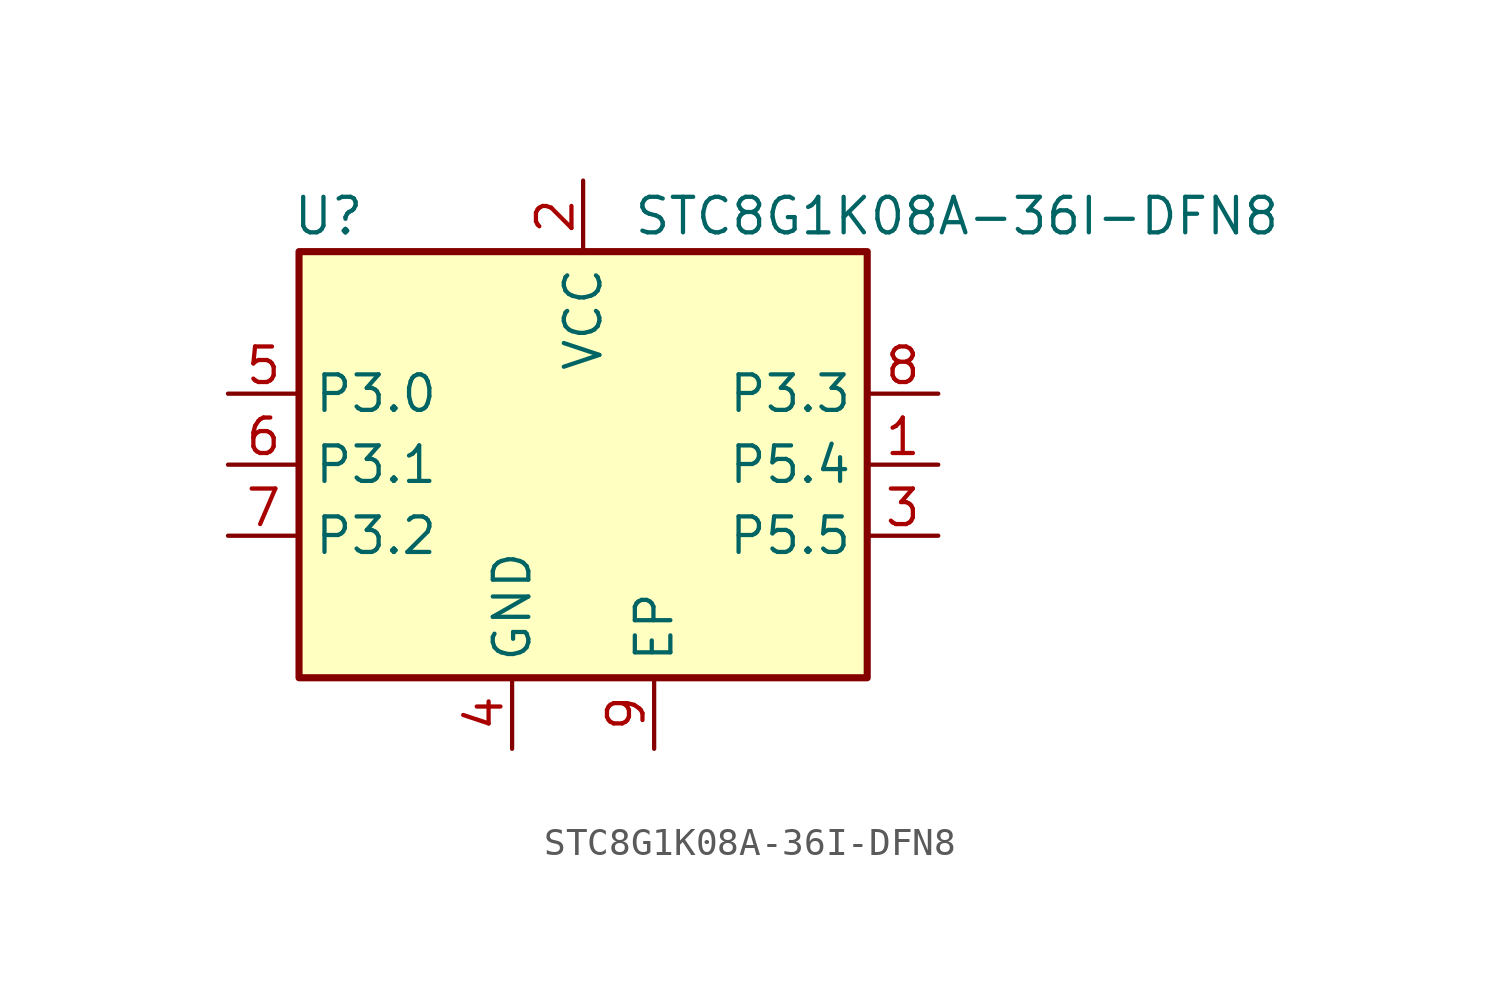
<source format=kicad_sym>
(kicad_symbol_lib
  (version 20231120)
  (generator "kicad_symbol_editor")
  (generator_version "8.0")
  (symbol "STC8G1K08A-36I-DFN8"
    (property "Reference" "U"
      (at -10.414 8.89 0)
      (effects (font (size 1.27 1.27)) (justify left)))
    (property "Value" "STC8G1K08A-36I-DFN8"
      (at 1.778 8.89 0)
      (effects (font (size 1.27 1.27)) (justify left)))
    (symbol "STC8G1K08A-36I-DFN8_0_1"
      (rectangle (start -10.16 7.62) (end 10.16 -7.62) (stroke (width 0.254) (type default)) (fill (type background))))
    (symbol "STC8G1K08A-36I-DFN8_1_0"
      (pin power_in line (at 2.54 -10.16 90) (length 2.54) (name "EP" (effects (font (size 1.27 1.27)))) (number "9" (effects (font (size 1.27 1.27))))))
    (symbol "STC8G1K08A-36I-DFN8_1_1"
      (pin bidirectional line (at 12.7 0 180) (length 2.54) (name "P5.4" (effects (font (size 1.27 1.27)))) (number "1" (effects (font (size 1.27 1.27)))) (alternate "CCP2" bidirectional line) (alternate "CCP2_{2}" bidirectional line) (alternate "MCLKO" output line) (alternate "MOSI" output line) (alternate "RST" input line) (alternate "RxD" input line) (alternate "SCL_{2}" bidirectional line))
      (pin power_in line (at 0 10.16 270) (length 2.54) (name "VCC" (effects (font (size 1.27 1.27)))) (number "2" (effects (font (size 1.27 1.27)))))
      (pin bidirectional line (at 12.7 -2.54 180) (length 2.54) (name "P5.5" (effects (font (size 1.27 1.27)))) (number "3" (effects (font (size 1.27 1.27)))) (alternate "ADC5" input line) (alternate "CCP2_{3}" bidirectional line) (alternate "ECI" input line) (alternate "ECI_{2}" input line) (alternate "INT3" input line) (alternate "SDA_{2}" bidirectional line) (alternate "SS" bidirectional line) (alternate "T0CLKO" output line) (alternate "T1" bidirectional line) (alternate "TxD_{3}" output line))
      (pin power_in line (at -2.54 -10.16 90) (length 2.54) (name "GND" (effects (font (size 1.27 1.27)))) (number "4" (effects (font (size 1.27 1.27)))))
      (pin bidirectional line (at -12.7 2.54 0) (length 2.54) (name "P3.0" (effects (font (size 1.27 1.27)))) (number "5" (effects (font (size 1.27 1.27)))) (alternate "ADC0" input line) (alternate "INT4" input line) (alternate "RxD" input line))
      (pin bidirectional line (at -12.7 0 0) (length 2.54) (name "P3.1" (effects (font (size 1.27 1.27)))) (number "6" (effects (font (size 1.27 1.27)))) (alternate "ADC1" input line) (alternate "CCP0_{2]" input line) (alternate "ECI_{3}" input line) (alternate "TxD" output line))
      (pin bidirectional line (at -12.7 -2.54 0) (length 2.54) (name "P3.2" (effects (font (size 1.27 1.27)))) (number "7" (effects (font (size 1.27 1.27)))) (alternate "ADC2" input line) (alternate "CCP0" input line) (alternate "CCP0_{3}" input line) (alternate "INT0" output line) (alternate "RxD_{2}" input line) (alternate "SCL" input line) (alternate "SCLK" input line))
      (pin bidirectional line (at 12.7 2.54 180) (length 2.54) (name "P3.3" (effects (font (size 1.27 1.27)))) (number "8" (effects (font (size 1.27 1.27)))) (alternate "ADC3" input line) (alternate "CCP1" input line) (alternate "CCP1_{2}" input line) (alternate "CCP1_{3}" input line) (alternate "INT1" input line) (alternate "MISO" input line) (alternate "SDA" bidirectional line) (alternate "TxD_{2}" output line)))))
</source>
